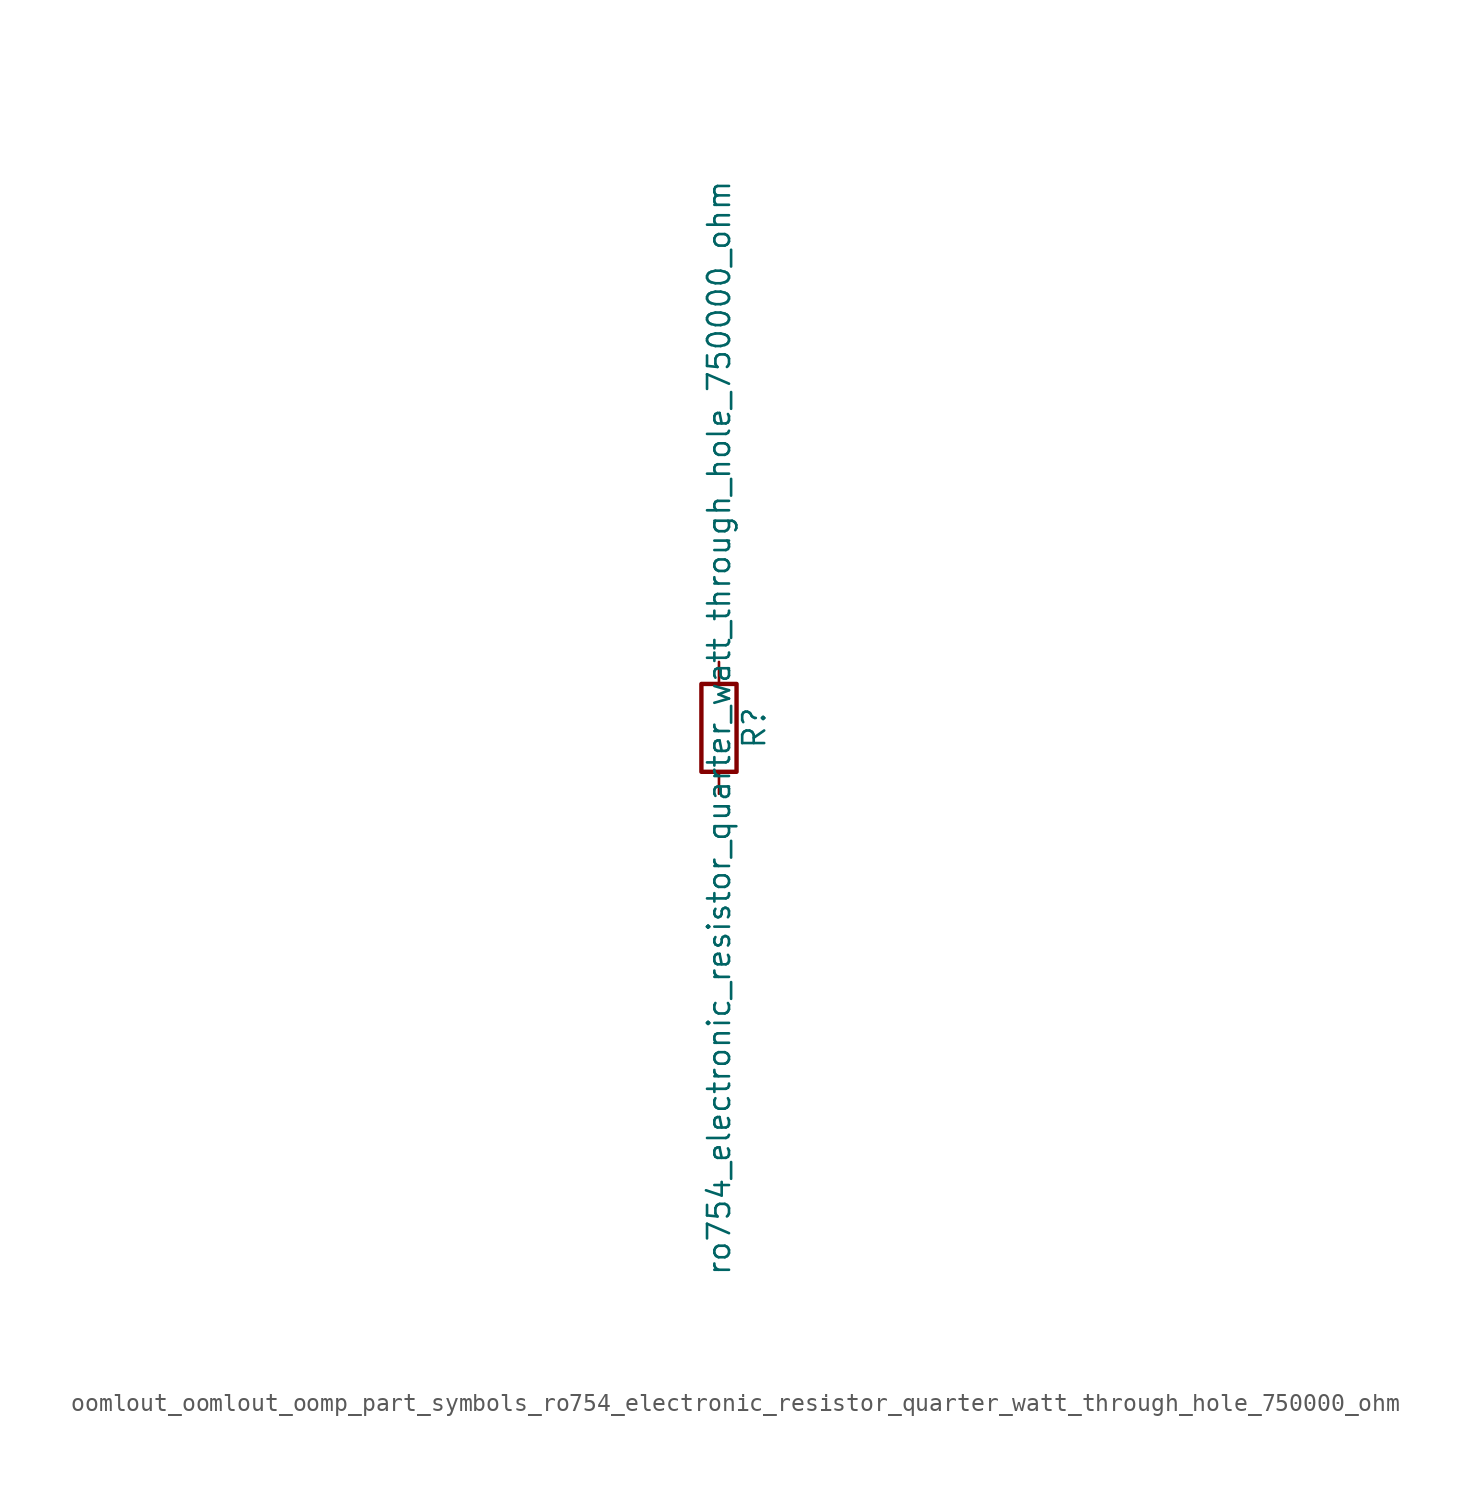
<source format=kicad_sym>
(kicad_symbol_lib
  (version 20220914)
  (generator kicad_symbol_editor)
  (symbol "oomlout_oomlout_oomp_part_symbols_ro754_electronic_resistor_quarter_watt_through_hole_750000_ohm"
    (pin_numbers hide)
    (pin_names
      (offset 0))
    (property "Reference" "R"
      (at 2.032 0 90)
      (effects (font (size 1.27 1.27))))
    (property "Value" "ro754_electronic_resistor_quarter_watt_through_hole_750000_ohm"
      (at 0 0 90)
      (effects (font (size 1.27 1.27))))
    (symbol "oomlout_oomlout_oomp_part_symbols_ro754_electronic_resistor_quarter_watt_through_hole_750000_ohm_0_1"
      (rectangle (start -1.016 -2.54) (end 1.016 2.54) (stroke (width 0.254) (type default)) (fill (type none))))
    (symbol "oomlout_oomlout_oomp_part_symbols_ro754_electronic_resistor_quarter_watt_through_hole_750000_ohm_1_1"
      (pin passive line (at 0 3.81 270) (length 1.27) (name "~" (effects (font (size 1.27 1.27)))) (number "1" (effects (font (size 1.27 1.27)))))
      (pin passive line (at 0 -3.81 90) (length 1.27) (name "~" (effects (font (size 1.27 1.27)))) (number "2" (effects (font (size 1.27 1.27))))))))
</source>
